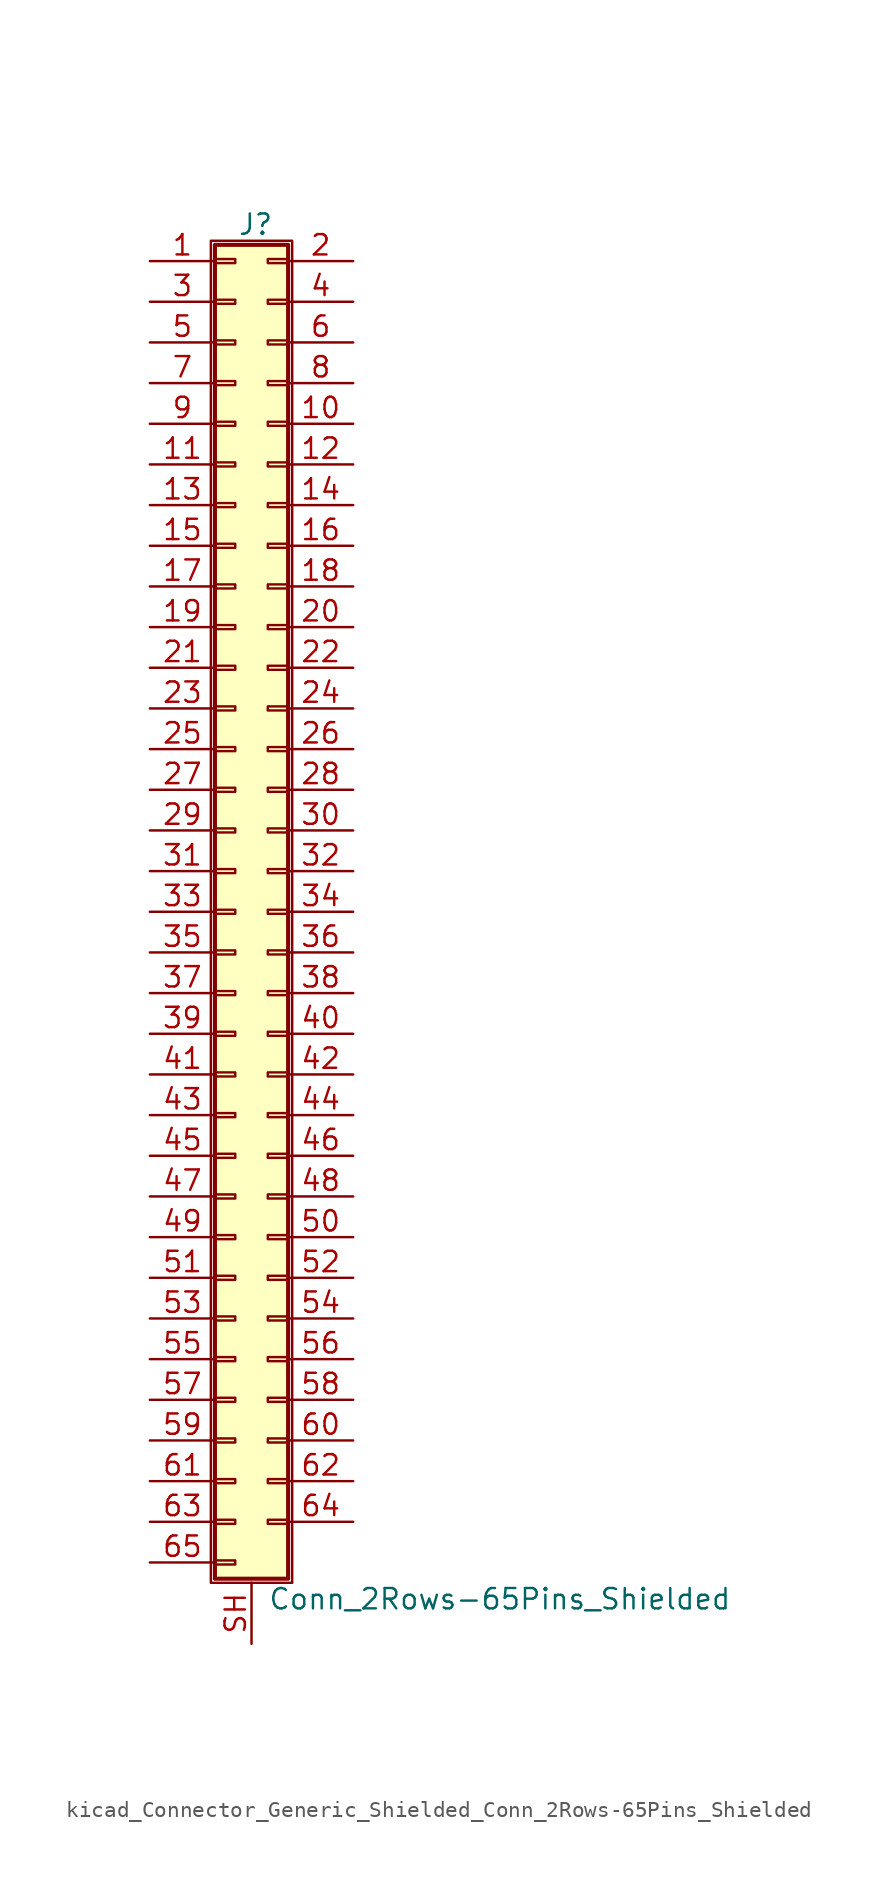
<source format=kicad_sym>
(kicad_symbol_lib
  (version 20220914)
  (generator kicad_symbol_editor)
  (symbol "kicad_Connector_Generic_Shielded_Conn_2Rows-65Pins_Shielded"
    (pin_names
      (offset 1.016) hide)
    (property "Reference" "J"
      (at 1.524 42.926 0)
      (effects (font (size 1.27 1.27))))
    (property "Value" "Conn_2Rows-65Pins_Shielded"
      (at 2.286 -42.926 0)
      (effects (font (size 1.27 1.27)) (justify left)))
    (symbol "kicad_Connector_Generic_Shielded_Conn_2Rows-65Pins_Shielded_1_1"
      (rectangle (start -1.27 41.91) (end 3.81 -41.91) (stroke (width 0.152) (type default)) (fill (type none)))
      (rectangle (start -1.016 -40.513) (end 0.254 -40.767) (stroke (width 0.152) (type default)) (fill (type none)))
      (rectangle (start -1.016 -37.973) (end 0.254 -38.227) (stroke (width 0.152) (type default)) (fill (type none)))
      (rectangle (start -1.016 -35.433) (end 0.254 -35.687) (stroke (width 0.152) (type default)) (fill (type none)))
      (rectangle (start -1.016 -32.893) (end 0.254 -33.147) (stroke (width 0.152) (type default)) (fill (type none)))
      (rectangle (start -1.016 -30.353) (end 0.254 -30.607) (stroke (width 0.152) (type default)) (fill (type none)))
      (rectangle (start -1.016 -27.813) (end 0.254 -28.067) (stroke (width 0.152) (type default)) (fill (type none)))
      (rectangle (start -1.016 -25.273) (end 0.254 -25.527) (stroke (width 0.152) (type default)) (fill (type none)))
      (rectangle (start -1.016 -22.733) (end 0.254 -22.987) (stroke (width 0.152) (type default)) (fill (type none)))
      (rectangle (start -1.016 -20.193) (end 0.254 -20.447) (stroke (width 0.152) (type default)) (fill (type none)))
      (rectangle (start -1.016 -17.653) (end 0.254 -17.907) (stroke (width 0.152) (type default)) (fill (type none)))
      (rectangle (start -1.016 -15.113) (end 0.254 -15.367) (stroke (width 0.152) (type default)) (fill (type none)))
      (rectangle (start -1.016 -12.573) (end 0.254 -12.827) (stroke (width 0.152) (type default)) (fill (type none)))
      (rectangle (start -1.016 -10.033) (end 0.254 -10.287) (stroke (width 0.152) (type default)) (fill (type none)))
      (rectangle (start -1.016 -7.493) (end 0.254 -7.747) (stroke (width 0.152) (type default)) (fill (type none)))
      (rectangle (start -1.016 -4.953) (end 0.254 -5.207) (stroke (width 0.152) (type default)) (fill (type none)))
      (rectangle (start -1.016 -2.413) (end 0.254 -2.667) (stroke (width 0.152) (type default)) (fill (type none)))
      (rectangle (start -1.016 0.127) (end 0.254 -0.127) (stroke (width 0.152) (type default)) (fill (type none)))
      (rectangle (start -1.016 2.667) (end 0.254 2.413) (stroke (width 0.152) (type default)) (fill (type none)))
      (rectangle (start -1.016 5.207) (end 0.254 4.953) (stroke (width 0.152) (type default)) (fill (type none)))
      (rectangle (start -1.016 7.747) (end 0.254 7.493) (stroke (width 0.152) (type default)) (fill (type none)))
      (rectangle (start -1.016 10.287) (end 0.254 10.033) (stroke (width 0.152) (type default)) (fill (type none)))
      (rectangle (start -1.016 12.827) (end 0.254 12.573) (stroke (width 0.152) (type default)) (fill (type none)))
      (rectangle (start -1.016 15.367) (end 0.254 15.113) (stroke (width 0.152) (type default)) (fill (type none)))
      (rectangle (start -1.016 17.907) (end 0.254 17.653) (stroke (width 0.152) (type default)) (fill (type none)))
      (rectangle (start -1.016 20.447) (end 0.254 20.193) (stroke (width 0.152) (type default)) (fill (type none)))
      (rectangle (start -1.016 22.987) (end 0.254 22.733) (stroke (width 0.152) (type default)) (fill (type none)))
      (rectangle (start -1.016 25.527) (end 0.254 25.273) (stroke (width 0.152) (type default)) (fill (type none)))
      (rectangle (start -1.016 28.067) (end 0.254 27.813) (stroke (width 0.152) (type default)) (fill (type none)))
      (rectangle (start -1.016 30.607) (end 0.254 30.353) (stroke (width 0.152) (type default)) (fill (type none)))
      (rectangle (start -1.016 33.147) (end 0.254 32.893) (stroke (width 0.152) (type default)) (fill (type none)))
      (rectangle (start -1.016 35.687) (end 0.254 35.433) (stroke (width 0.152) (type default)) (fill (type none)))
      (rectangle (start -1.016 38.227) (end 0.254 37.973) (stroke (width 0.152) (type default)) (fill (type none)))
      (rectangle (start -1.016 40.767) (end 0.254 40.513) (stroke (width 0.152) (type default)) (fill (type none)))
      (rectangle (start -1.016 41.656) (end 3.556 -41.656) (stroke (width 0.254) (type default)) (fill (type background)))
      (rectangle (start 3.556 -37.973) (end 2.286 -38.227) (stroke (width 0.152) (type default)) (fill (type none)))
      (rectangle (start 3.556 -35.433) (end 2.286 -35.687) (stroke (width 0.152) (type default)) (fill (type none)))
      (rectangle (start 3.556 -32.893) (end 2.286 -33.147) (stroke (width 0.152) (type default)) (fill (type none)))
      (rectangle (start 3.556 -30.353) (end 2.286 -30.607) (stroke (width 0.152) (type default)) (fill (type none)))
      (rectangle (start 3.556 -27.813) (end 2.286 -28.067) (stroke (width 0.152) (type default)) (fill (type none)))
      (rectangle (start 3.556 -25.273) (end 2.286 -25.527) (stroke (width 0.152) (type default)) (fill (type none)))
      (rectangle (start 3.556 -22.733) (end 2.286 -22.987) (stroke (width 0.152) (type default)) (fill (type none)))
      (rectangle (start 3.556 -20.193) (end 2.286 -20.447) (stroke (width 0.152) (type default)) (fill (type none)))
      (rectangle (start 3.556 -17.653) (end 2.286 -17.907) (stroke (width 0.152) (type default)) (fill (type none)))
      (rectangle (start 3.556 -15.113) (end 2.286 -15.367) (stroke (width 0.152) (type default)) (fill (type none)))
      (rectangle (start 3.556 -12.573) (end 2.286 -12.827) (stroke (width 0.152) (type default)) (fill (type none)))
      (rectangle (start 3.556 -10.033) (end 2.286 -10.287) (stroke (width 0.152) (type default)) (fill (type none)))
      (rectangle (start 3.556 -7.493) (end 2.286 -7.747) (stroke (width 0.152) (type default)) (fill (type none)))
      (rectangle (start 3.556 -4.953) (end 2.286 -5.207) (stroke (width 0.152) (type default)) (fill (type none)))
      (rectangle (start 3.556 -2.413) (end 2.286 -2.667) (stroke (width 0.152) (type default)) (fill (type none)))
      (rectangle (start 3.556 0.127) (end 2.286 -0.127) (stroke (width 0.152) (type default)) (fill (type none)))
      (rectangle (start 3.556 2.667) (end 2.286 2.413) (stroke (width 0.152) (type default)) (fill (type none)))
      (rectangle (start 3.556 5.207) (end 2.286 4.953) (stroke (width 0.152) (type default)) (fill (type none)))
      (rectangle (start 3.556 7.747) (end 2.286 7.493) (stroke (width 0.152) (type default)) (fill (type none)))
      (rectangle (start 3.556 10.287) (end 2.286 10.033) (stroke (width 0.152) (type default)) (fill (type none)))
      (rectangle (start 3.556 12.827) (end 2.286 12.573) (stroke (width 0.152) (type default)) (fill (type none)))
      (rectangle (start 3.556 15.367) (end 2.286 15.113) (stroke (width 0.152) (type default)) (fill (type none)))
      (rectangle (start 3.556 17.907) (end 2.286 17.653) (stroke (width 0.152) (type default)) (fill (type none)))
      (rectangle (start 3.556 20.447) (end 2.286 20.193) (stroke (width 0.152) (type default)) (fill (type none)))
      (rectangle (start 3.556 22.987) (end 2.286 22.733) (stroke (width 0.152) (type default)) (fill (type none)))
      (rectangle (start 3.556 25.527) (end 2.286 25.273) (stroke (width 0.152) (type default)) (fill (type none)))
      (rectangle (start 3.556 28.067) (end 2.286 27.813) (stroke (width 0.152) (type default)) (fill (type none)))
      (rectangle (start 3.556 30.607) (end 2.286 30.353) (stroke (width 0.152) (type default)) (fill (type none)))
      (rectangle (start 3.556 33.147) (end 2.286 32.893) (stroke (width 0.152) (type default)) (fill (type none)))
      (rectangle (start 3.556 35.687) (end 2.286 35.433) (stroke (width 0.152) (type default)) (fill (type none)))
      (rectangle (start 3.556 38.227) (end 2.286 37.973) (stroke (width 0.152) (type default)) (fill (type none)))
      (rectangle (start 3.556 40.767) (end 2.286 40.513) (stroke (width 0.152) (type default)) (fill (type none)))
      (pin passive line (at -5.08 40.64 0) (length 4.064) (name "Pin_1" (effects (font (size 1.27 1.27)))) (number "1" (effects (font (size 1.27 1.27)))))
      (pin passive line (at 7.62 30.48 180) (length 4.064) (name "Pin_10" (effects (font (size 1.27 1.27)))) (number "10" (effects (font (size 1.27 1.27)))))
      (pin passive line (at -5.08 27.94 0) (length 4.064) (name "Pin_11" (effects (font (size 1.27 1.27)))) (number "11" (effects (font (size 1.27 1.27)))))
      (pin passive line (at 7.62 27.94 180) (length 4.064) (name "Pin_12" (effects (font (size 1.27 1.27)))) (number "12" (effects (font (size 1.27 1.27)))))
      (pin passive line (at -5.08 25.4 0) (length 4.064) (name "Pin_13" (effects (font (size 1.27 1.27)))) (number "13" (effects (font (size 1.27 1.27)))))
      (pin passive line (at 7.62 25.4 180) (length 4.064) (name "Pin_14" (effects (font (size 1.27 1.27)))) (number "14" (effects (font (size 1.27 1.27)))))
      (pin passive line (at -5.08 22.86 0) (length 4.064) (name "Pin_15" (effects (font (size 1.27 1.27)))) (number "15" (effects (font (size 1.27 1.27)))))
      (pin passive line (at 7.62 22.86 180) (length 4.064) (name "Pin_16" (effects (font (size 1.27 1.27)))) (number "16" (effects (font (size 1.27 1.27)))))
      (pin passive line (at -5.08 20.32 0) (length 4.064) (name "Pin_17" (effects (font (size 1.27 1.27)))) (number "17" (effects (font (size 1.27 1.27)))))
      (pin passive line (at 7.62 20.32 180) (length 4.064) (name "Pin_18" (effects (font (size 1.27 1.27)))) (number "18" (effects (font (size 1.27 1.27)))))
      (pin passive line (at -5.08 17.78 0) (length 4.064) (name "Pin_19" (effects (font (size 1.27 1.27)))) (number "19" (effects (font (size 1.27 1.27)))))
      (pin passive line (at 7.62 40.64 180) (length 4.064) (name "Pin_2" (effects (font (size 1.27 1.27)))) (number "2" (effects (font (size 1.27 1.27)))))
      (pin passive line (at 7.62 17.78 180) (length 4.064) (name "Pin_20" (effects (font (size 1.27 1.27)))) (number "20" (effects (font (size 1.27 1.27)))))
      (pin passive line (at -5.08 15.24 0) (length 4.064) (name "Pin_21" (effects (font (size 1.27 1.27)))) (number "21" (effects (font (size 1.27 1.27)))))
      (pin passive line (at 7.62 15.24 180) (length 4.064) (name "Pin_22" (effects (font (size 1.27 1.27)))) (number "22" (effects (font (size 1.27 1.27)))))
      (pin passive line (at -5.08 12.7 0) (length 4.064) (name "Pin_23" (effects (font (size 1.27 1.27)))) (number "23" (effects (font (size 1.27 1.27)))))
      (pin passive line (at 7.62 12.7 180) (length 4.064) (name "Pin_24" (effects (font (size 1.27 1.27)))) (number "24" (effects (font (size 1.27 1.27)))))
      (pin passive line (at -5.08 10.16 0) (length 4.064) (name "Pin_25" (effects (font (size 1.27 1.27)))) (number "25" (effects (font (size 1.27 1.27)))))
      (pin passive line (at 7.62 10.16 180) (length 4.064) (name "Pin_26" (effects (font (size 1.27 1.27)))) (number "26" (effects (font (size 1.27 1.27)))))
      (pin passive line (at -5.08 7.62 0) (length 4.064) (name "Pin_27" (effects (font (size 1.27 1.27)))) (number "27" (effects (font (size 1.27 1.27)))))
      (pin passive line (at 7.62 7.62 180) (length 4.064) (name "Pin_28" (effects (font (size 1.27 1.27)))) (number "28" (effects (font (size 1.27 1.27)))))
      (pin passive line (at -5.08 5.08 0) (length 4.064) (name "Pin_29" (effects (font (size 1.27 1.27)))) (number "29" (effects (font (size 1.27 1.27)))))
      (pin passive line (at -5.08 38.1 0) (length 4.064) (name "Pin_3" (effects (font (size 1.27 1.27)))) (number "3" (effects (font (size 1.27 1.27)))))
      (pin passive line (at 7.62 5.08 180) (length 4.064) (name "Pin_30" (effects (font (size 1.27 1.27)))) (number "30" (effects (font (size 1.27 1.27)))))
      (pin passive line (at -5.08 2.54 0) (length 4.064) (name "Pin_31" (effects (font (size 1.27 1.27)))) (number "31" (effects (font (size 1.27 1.27)))))
      (pin passive line (at 7.62 2.54 180) (length 4.064) (name "Pin_32" (effects (font (size 1.27 1.27)))) (number "32" (effects (font (size 1.27 1.27)))))
      (pin passive line (at -5.08 0 0) (length 4.064) (name "Pin_33" (effects (font (size 1.27 1.27)))) (number "33" (effects (font (size 1.27 1.27)))))
      (pin passive line (at 7.62 0 180) (length 4.064) (name "Pin_34" (effects (font (size 1.27 1.27)))) (number "34" (effects (font (size 1.27 1.27)))))
      (pin passive line (at -5.08 -2.54 0) (length 4.064) (name "Pin_35" (effects (font (size 1.27 1.27)))) (number "35" (effects (font (size 1.27 1.27)))))
      (pin passive line (at 7.62 -2.54 180) (length 4.064) (name "Pin_36" (effects (font (size 1.27 1.27)))) (number "36" (effects (font (size 1.27 1.27)))))
      (pin passive line (at -5.08 -5.08 0) (length 4.064) (name "Pin_37" (effects (font (size 1.27 1.27)))) (number "37" (effects (font (size 1.27 1.27)))))
      (pin passive line (at 7.62 -5.08 180) (length 4.064) (name "Pin_38" (effects (font (size 1.27 1.27)))) (number "38" (effects (font (size 1.27 1.27)))))
      (pin passive line (at -5.08 -7.62 0) (length 4.064) (name "Pin_39" (effects (font (size 1.27 1.27)))) (number "39" (effects (font (size 1.27 1.27)))))
      (pin passive line (at 7.62 38.1 180) (length 4.064) (name "Pin_4" (effects (font (size 1.27 1.27)))) (number "4" (effects (font (size 1.27 1.27)))))
      (pin passive line (at 7.62 -7.62 180) (length 4.064) (name "Pin_40" (effects (font (size 1.27 1.27)))) (number "40" (effects (font (size 1.27 1.27)))))
      (pin passive line (at -5.08 -10.16 0) (length 4.064) (name "Pin_41" (effects (font (size 1.27 1.27)))) (number "41" (effects (font (size 1.27 1.27)))))
      (pin passive line (at 7.62 -10.16 180) (length 4.064) (name "Pin_42" (effects (font (size 1.27 1.27)))) (number "42" (effects (font (size 1.27 1.27)))))
      (pin passive line (at -5.08 -12.7 0) (length 4.064) (name "Pin_43" (effects (font (size 1.27 1.27)))) (number "43" (effects (font (size 1.27 1.27)))))
      (pin passive line (at 7.62 -12.7 180) (length 4.064) (name "Pin_44" (effects (font (size 1.27 1.27)))) (number "44" (effects (font (size 1.27 1.27)))))
      (pin passive line (at -5.08 -15.24 0) (length 4.064) (name "Pin_45" (effects (font (size 1.27 1.27)))) (number "45" (effects (font (size 1.27 1.27)))))
      (pin passive line (at 7.62 -15.24 180) (length 4.064) (name "Pin_46" (effects (font (size 1.27 1.27)))) (number "46" (effects (font (size 1.27 1.27)))))
      (pin passive line (at -5.08 -17.78 0) (length 4.064) (name "Pin_47" (effects (font (size 1.27 1.27)))) (number "47" (effects (font (size 1.27 1.27)))))
      (pin passive line (at 7.62 -17.78 180) (length 4.064) (name "Pin_48" (effects (font (size 1.27 1.27)))) (number "48" (effects (font (size 1.27 1.27)))))
      (pin passive line (at -5.08 -20.32 0) (length 4.064) (name "Pin_49" (effects (font (size 1.27 1.27)))) (number "49" (effects (font (size 1.27 1.27)))))
      (pin passive line (at -5.08 35.56 0) (length 4.064) (name "Pin_5" (effects (font (size 1.27 1.27)))) (number "5" (effects (font (size 1.27 1.27)))))
      (pin passive line (at 7.62 -20.32 180) (length 4.064) (name "Pin_50" (effects (font (size 1.27 1.27)))) (number "50" (effects (font (size 1.27 1.27)))))
      (pin passive line (at -5.08 -22.86 0) (length 4.064) (name "Pin_51" (effects (font (size 1.27 1.27)))) (number "51" (effects (font (size 1.27 1.27)))))
      (pin passive line (at 7.62 -22.86 180) (length 4.064) (name "Pin_52" (effects (font (size 1.27 1.27)))) (number "52" (effects (font (size 1.27 1.27)))))
      (pin passive line (at -5.08 -25.4 0) (length 4.064) (name "Pin_53" (effects (font (size 1.27 1.27)))) (number "53" (effects (font (size 1.27 1.27)))))
      (pin passive line (at 7.62 -25.4 180) (length 4.064) (name "Pin_54" (effects (font (size 1.27 1.27)))) (number "54" (effects (font (size 1.27 1.27)))))
      (pin passive line (at -5.08 -27.94 0) (length 4.064) (name "Pin_55" (effects (font (size 1.27 1.27)))) (number "55" (effects (font (size 1.27 1.27)))))
      (pin passive line (at 7.62 -27.94 180) (length 4.064) (name "Pin_56" (effects (font (size 1.27 1.27)))) (number "56" (effects (font (size 1.27 1.27)))))
      (pin passive line (at -5.08 -30.48 0) (length 4.064) (name "Pin_57" (effects (font (size 1.27 1.27)))) (number "57" (effects (font (size 1.27 1.27)))))
      (pin passive line (at 7.62 -30.48 180) (length 4.064) (name "Pin_58" (effects (font (size 1.27 1.27)))) (number "58" (effects (font (size 1.27 1.27)))))
      (pin passive line (at -5.08 -33.02 0) (length 4.064) (name "Pin_59" (effects (font (size 1.27 1.27)))) (number "59" (effects (font (size 1.27 1.27)))))
      (pin passive line (at 7.62 35.56 180) (length 4.064) (name "Pin_6" (effects (font (size 1.27 1.27)))) (number "6" (effects (font (size 1.27 1.27)))))
      (pin passive line (at 7.62 -33.02 180) (length 4.064) (name "Pin_60" (effects (font (size 1.27 1.27)))) (number "60" (effects (font (size 1.27 1.27)))))
      (pin passive line (at -5.08 -35.56 0) (length 4.064) (name "Pin_61" (effects (font (size 1.27 1.27)))) (number "61" (effects (font (size 1.27 1.27)))))
      (pin passive line (at 7.62 -35.56 180) (length 4.064) (name "Pin_62" (effects (font (size 1.27 1.27)))) (number "62" (effects (font (size 1.27 1.27)))))
      (pin passive line (at -5.08 -38.1 0) (length 4.064) (name "Pin_63" (effects (font (size 1.27 1.27)))) (number "63" (effects (font (size 1.27 1.27)))))
      (pin passive line (at 7.62 -38.1 180) (length 4.064) (name "Pin_64" (effects (font (size 1.27 1.27)))) (number "64" (effects (font (size 1.27 1.27)))))
      (pin passive line (at -5.08 -40.64 0) (length 4.064) (name "Pin_65" (effects (font (size 1.27 1.27)))) (number "65" (effects (font (size 1.27 1.27)))))
      (pin passive line (at -5.08 33.02 0) (length 4.064) (name "Pin_7" (effects (font (size 1.27 1.27)))) (number "7" (effects (font (size 1.27 1.27)))))
      (pin passive line (at 7.62 33.02 180) (length 4.064) (name "Pin_8" (effects (font (size 1.27 1.27)))) (number "8" (effects (font (size 1.27 1.27)))))
      (pin passive line (at -5.08 30.48 0) (length 4.064) (name "Pin_9" (effects (font (size 1.27 1.27)))) (number "9" (effects (font (size 1.27 1.27)))))
      (pin passive line (at 1.27 -45.72 90) (length 3.81) (name "Shield" (effects (font (size 1.27 1.27)))) (number "SH" (effects (font (size 1.27 1.27))))))))
</source>
